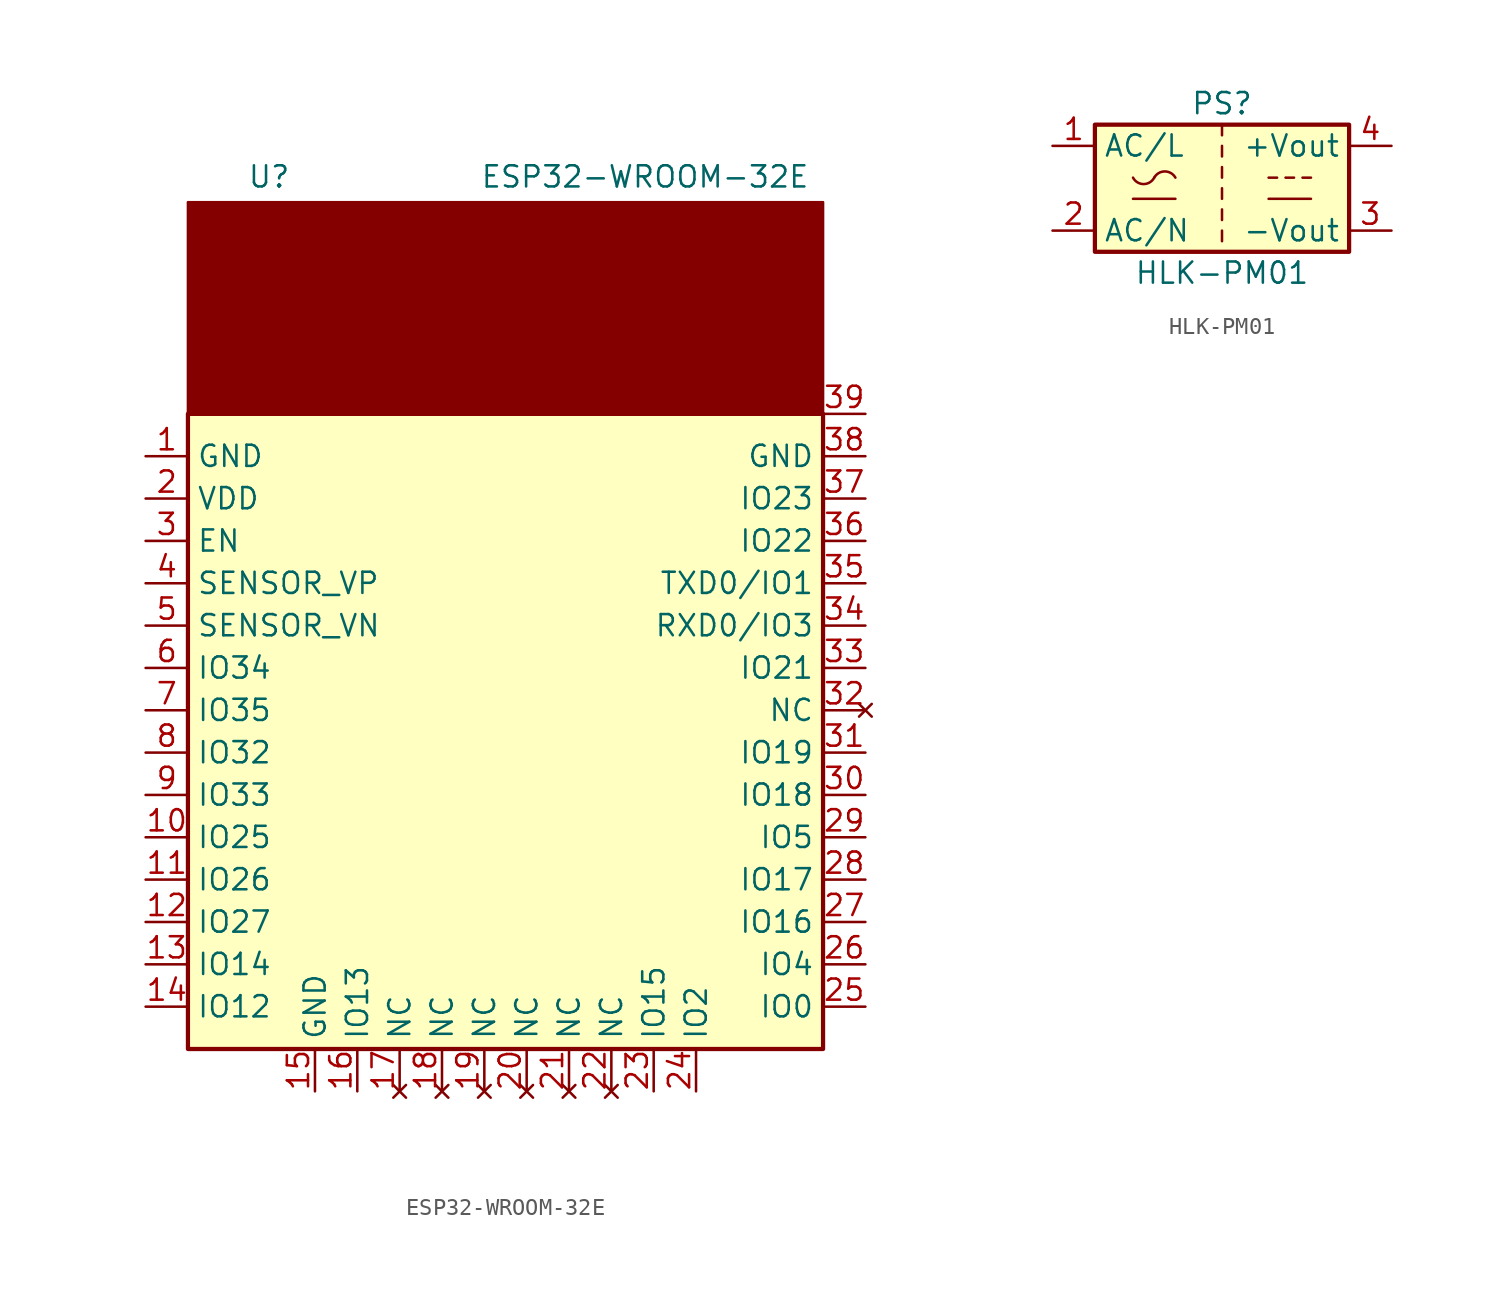
<source format=kicad_sym>
(kicad_symbol_lib
  (version 20241209)
  (generator "kicad_symbol_editor")
  (generator_version "9.0")
  (symbol "ESP32-WROOM-32E"
    (property "Reference" "U"
      (at -15.494 33.274 0)
      (effects (font (size 1.27 1.27)) (justify left)))
    (property "Value" "ESP32-WROOM-32E"
      (at -1.524 33.274 0)
      (effects (font (size 1.27 1.27)) (justify left)))
    (symbol "ESP32-WROOM-32E_0_1"
      (rectangle (start -19.05 19.05) (end 19.05 -19.05) (stroke (width 0.254) (type default)) (fill (type background))))
    (symbol "ESP32-WROOM-32E_1_1"
      (rectangle (start -19.05 31.75) (end 19.05 19.05) (stroke (width 0) (type solid)) (fill (type outline)))
      (pin power_in line (at -21.59 16.51 0) (length 2.54) (name "GND" (effects (font (size 1.27 1.27)))) (number "1" (effects (font (size 1.27 1.27)))))
      (pin power_in line (at -21.59 13.97 0) (length 2.54) (name "VDD" (effects (font (size 1.27 1.27)))) (number "2" (effects (font (size 1.27 1.27)))))
      (pin input line (at -21.59 11.43 0) (length 2.54) (name "EN" (effects (font (size 1.27 1.27)))) (number "3" (effects (font (size 1.27 1.27)))))
      (pin input line (at -21.59 8.89 0) (length 2.54) (name "SENSOR_VP" (effects (font (size 1.27 1.27)))) (number "4" (effects (font (size 1.27 1.27)))))
      (pin input line (at -21.59 6.35 0) (length 2.54) (name "SENSOR_VN" (effects (font (size 1.27 1.27)))) (number "5" (effects (font (size 1.27 1.27)))))
      (pin input line (at -21.59 3.81 0) (length 2.54) (name "IO34" (effects (font (size 1.27 1.27)))) (number "6" (effects (font (size 1.27 1.27)))))
      (pin input line (at -21.59 1.27 0) (length 2.54) (name "IO35" (effects (font (size 1.27 1.27)))) (number "7" (effects (font (size 1.27 1.27)))))
      (pin bidirectional line (at -21.59 -1.27 0) (length 2.54) (name "IO32" (effects (font (size 1.27 1.27)))) (number "8" (effects (font (size 1.27 1.27)))))
      (pin bidirectional line (at -21.59 -3.81 0) (length 2.54) (name "IO33" (effects (font (size 1.27 1.27)))) (number "9" (effects (font (size 1.27 1.27)))))
      (pin bidirectional line (at -21.59 -6.35 0) (length 2.54) (name "IO25" (effects (font (size 1.27 1.27)))) (number "10" (effects (font (size 1.27 1.27)))))
      (pin bidirectional line (at -21.59 -8.89 0) (length 2.54) (name "IO26" (effects (font (size 1.27 1.27)))) (number "11" (effects (font (size 1.27 1.27)))))
      (pin bidirectional line (at -21.59 -11.43 0) (length 2.54) (name "IO27" (effects (font (size 1.27 1.27)))) (number "12" (effects (font (size 1.27 1.27)))))
      (pin bidirectional line (at -21.59 -13.97 0) (length 2.54) (name "IO14" (effects (font (size 1.27 1.27)))) (number "13" (effects (font (size 1.27 1.27)))))
      (pin bidirectional line (at -21.59 -16.51 0) (length 2.54) (name "IO12" (effects (font (size 1.27 1.27)))) (number "14" (effects (font (size 1.27 1.27)))))
      (pin passive line (at -11.43 -21.59 90) (length 2.54) (name "GND" (effects (font (size 1.27 1.27)))) (number "15" (effects (font (size 1.27 1.27)))))
      (pin bidirectional line (at -8.89 -21.59 90) (length 2.54) (name "IO13" (effects (font (size 1.27 1.27)))) (number "16" (effects (font (size 1.27 1.27)))))
      (pin no_connect line (at -6.35 -21.59 90) (length 2.54) (name "NC" (effects (font (size 1.27 1.27)))) (number "17" (effects (font (size 1.27 1.27)))))
      (pin no_connect line (at -3.81 -21.59 90) (length 2.54) (name "NC" (effects (font (size 1.27 1.27)))) (number "18" (effects (font (size 1.27 1.27)))))
      (pin no_connect line (at -1.27 -21.59 90) (length 2.54) (name "NC" (effects (font (size 1.27 1.27)))) (number "19" (effects (font (size 1.27 1.27)))))
      (pin no_connect line (at 1.27 -21.59 90) (length 2.54) (name "NC" (effects (font (size 1.27 1.27)))) (number "20" (effects (font (size 1.27 1.27)))))
      (pin no_connect line (at 3.81 -21.59 90) (length 2.54) (name "NC" (effects (font (size 1.27 1.27)))) (number "21" (effects (font (size 1.27 1.27)))))
      (pin no_connect line (at 6.35 -21.59 90) (length 2.54) (name "NC" (effects (font (size 1.27 1.27)))) (number "22" (effects (font (size 1.27 1.27)))))
      (pin bidirectional line (at 8.89 -21.59 90) (length 2.54) (name "IO15" (effects (font (size 1.27 1.27)))) (number "23" (effects (font (size 1.27 1.27)))))
      (pin bidirectional line (at 11.43 -21.59 90) (length 2.54) (name "IO2" (effects (font (size 1.27 1.27)))) (number "24" (effects (font (size 1.27 1.27)))))
      (pin passive line (at 21.59 19.05 180) (length 2.54) (name "" (effects (font (size 1.27 1.27)))) (number "39" (effects (font (size 1.27 1.27)))))
      (pin passive line (at 21.59 16.51 180) (length 2.54) (name "GND" (effects (font (size 1.27 1.27)))) (number "38" (effects (font (size 1.27 1.27)))))
      (pin bidirectional line (at 21.59 13.97 180) (length 2.54) (name "IO23" (effects (font (size 1.27 1.27)))) (number "37" (effects (font (size 1.27 1.27)))))
      (pin bidirectional line (at 21.59 11.43 180) (length 2.54) (name "IO22" (effects (font (size 1.27 1.27)))) (number "36" (effects (font (size 1.27 1.27)))))
      (pin bidirectional line (at 21.59 8.89 180) (length 2.54) (name "TXD0/IO1" (effects (font (size 1.27 1.27)))) (number "35" (effects (font (size 1.27 1.27)))))
      (pin bidirectional line (at 21.59 6.35 180) (length 2.54) (name "RXD0/IO3" (effects (font (size 1.27 1.27)))) (number "34" (effects (font (size 1.27 1.27)))))
      (pin bidirectional line (at 21.59 3.81 180) (length 2.54) (name "IO21" (effects (font (size 1.27 1.27)))) (number "33" (effects (font (size 1.27 1.27)))))
      (pin no_connect line (at 21.59 1.27 180) (length 2.54) (name "NC" (effects (font (size 1.27 1.27)))) (number "32" (effects (font (size 1.27 1.27)))))
      (pin bidirectional line (at 21.59 -1.27 180) (length 2.54) (name "IO19" (effects (font (size 1.27 1.27)))) (number "31" (effects (font (size 1.27 1.27)))))
      (pin bidirectional line (at 21.59 -3.81 180) (length 2.54) (name "IO18" (effects (font (size 1.27 1.27)))) (number "30" (effects (font (size 1.27 1.27)))))
      (pin bidirectional line (at 21.59 -6.35 180) (length 2.54) (name "IO5" (effects (font (size 1.27 1.27)))) (number "29" (effects (font (size 1.27 1.27)))))
      (pin bidirectional line (at 21.59 -8.89 180) (length 2.54) (name "IO17" (effects (font (size 1.27 1.27)))) (number "28" (effects (font (size 1.27 1.27)))))
      (pin bidirectional line (at 21.59 -11.43 180) (length 2.54) (name "IO16" (effects (font (size 1.27 1.27)))) (number "27" (effects (font (size 1.27 1.27)))))
      (pin bidirectional line (at 21.59 -13.97 180) (length 2.54) (name "IO4" (effects (font (size 1.27 1.27)))) (number "26" (effects (font (size 1.27 1.27)))))
      (pin bidirectional line (at 21.59 -16.51 180) (length 2.54) (name "IO0" (effects (font (size 1.27 1.27)))) (number "25" (effects (font (size 1.27 1.27)))))))
  (symbol "HLK-PM01"
    (property "Reference" "PS"
      (at 0 5.08 0)
      (effects (font (size 1.27 1.27))))
    (property "Value" "HLK-PM01"
      (at 0 -5.08 0)
      (effects (font (size 1.27 1.27))))
    (symbol "HLK-PM01_0_1"
      (rectangle (start -7.62 3.81) (end 7.62 -3.81) (stroke (width 0.254) (type default)) (fill (type background)))
      (polyline (pts (xy -5.334 -0.635) (xy -2.794 -0.635)) (stroke (width 0) (type default)) (fill (type none)))
      (arc (start -4.064 0.635) (mid -4.699 0.2495) (end -5.334 0.635) (stroke (width 0) (type default)) (fill (type none)))
      (arc (start -4.064 0.635) (mid -3.429 1.0072) (end -2.794 0.635) (stroke (width 0) (type default)) (fill (type none)))
      (polyline (pts (xy 0 3.81) (xy 0 3.175)) (stroke (width 0) (type default)) (fill (type none)))
      (polyline (pts (xy 0 2.54) (xy 0 1.905)) (stroke (width 0) (type default)) (fill (type none)))
      (polyline (pts (xy 0 1.27) (xy 0 0.635)) (stroke (width 0) (type default)) (fill (type none)))
      (polyline (pts (xy 0 0) (xy 0 -0.635)) (stroke (width 0) (type default)) (fill (type none)))
      (polyline (pts (xy 0 -1.27) (xy 0 -1.905)) (stroke (width 0) (type default)) (fill (type none)))
      (polyline (pts (xy 0 -2.54) (xy 0 -3.175)) (stroke (width 0) (type default)) (fill (type none)))
      (polyline (pts (xy 2.794 0.635) (xy 3.302 0.635)) (stroke (width 0) (type default)) (fill (type none)))
      (polyline (pts (xy 2.794 -0.635) (xy 5.334 -0.635)) (stroke (width 0) (type default)) (fill (type none)))
      (polyline (pts (xy 3.81 0.635) (xy 4.318 0.635)) (stroke (width 0) (type default)) (fill (type none)))
      (polyline (pts (xy 4.826 0.635) (xy 5.334 0.635)) (stroke (width 0) (type default)) (fill (type none))))
    (symbol "HLK-PM01_1_1"
      (pin power_in line (at -10.16 2.54 0) (length 2.54) (name "AC/L" (effects (font (size 1.27 1.27)))) (number "1" (effects (font (size 1.27 1.27)))))
      (pin power_in line (at -10.16 -2.54 0) (length 2.54) (name "AC/N" (effects (font (size 1.27 1.27)))) (number "2" (effects (font (size 1.27 1.27)))))
      (pin power_out line (at 10.16 2.54 180) (length 2.54) (name "+Vout" (effects (font (size 1.27 1.27)))) (number "4" (effects (font (size 1.27 1.27)))))
      (pin power_out line (at 10.16 -2.54 180) (length 2.54) (name "-Vout" (effects (font (size 1.27 1.27)))) (number "3" (effects (font (size 1.27 1.27))))))))
</source>
